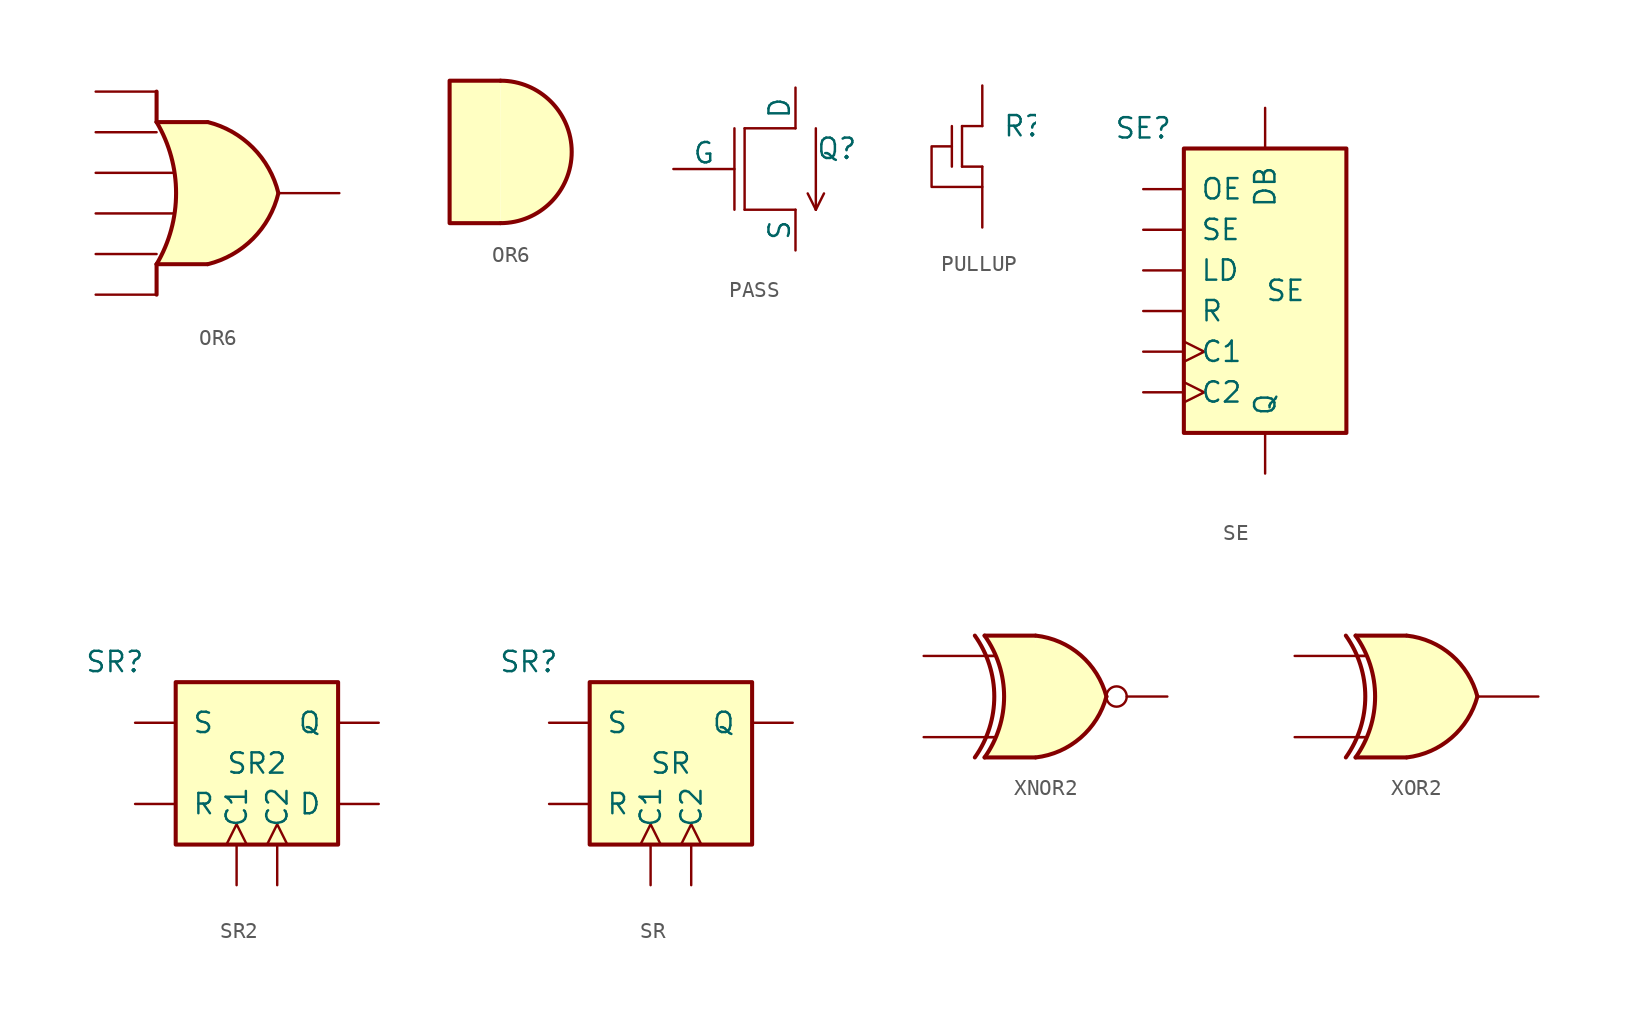
<source format=kicad_sym>
(kicad_symbol_lib
  (version 20211014)
  (generator kicad_symbol_editor)
  (symbol "OR6"
    (pin_numbers hide)
    (pin_names
      (offset 1.016))
    (property "Reference" "OR_"
      (at 0 0 0)
      (effects (font (size 1.27 1.27)) hide))
    (symbol "OR6_0_1"
      (polyline (pts (xy -3.81 -6.35) (xy -3.81 -4.445)) (stroke (width 0.254) (type default) (color 0 0 0 0)) (fill (type none)))
      (polyline (pts (xy -3.81 4.445) (xy -3.81 6.35)) (stroke (width 0.254) (type default) (color 0 0 0 0)) (fill (type none))))
    (symbol "OR6_1_1"
      (arc (start -3.81 -4.445) (mid -2.5908 0) (end -3.81 4.445) (stroke (width 0.254) (type default) (color 0 0 0 0)) (fill (type none)))
      (arc (start -0.6096 -4.445) (mid 2.224 -2.8428) (end 3.81 0) (stroke (width 0.254) (type default) (color 0 0 0 0)) (fill (type background)))
      (polyline (pts (xy -3.81 -4.445) (xy -0.635 -4.445)) (stroke (width 0.254) (type default) (color 0 0 0 0)) (fill (type background)))
      (polyline (pts (xy -3.81 4.445) (xy -0.635 4.445)) (stroke (width 0.254) (type default) (color 0 0 0 0)) (fill (type background)))
      (polyline (pts (xy -0.635 4.445) (xy -3.81 4.445) (xy -3.81 4.445) (xy -3.632 4.089) (xy -3.099 2.921) (xy -2.769 1.676) (xy -2.616 0.432) (xy -2.642 -0.864) (xy -2.87 -2.108) (xy -3.251 -3.327) (xy -3.81 -4.445) (xy -3.81 -4.445) (xy -0.635 -4.445)) (stroke (width -25.4) (type default) (color 0 0 0 0)) (fill (type background)))
      (arc (start 3.81 0) (mid 2.2198 2.8386) (end -0.6096 4.445) (stroke (width 0.254) (type default) (color 0 0 0 0)) (fill (type background)))
      (pin output line (at 7.62 0 180) (length 3.81) (name "~" (effects (font (size 1.27 1.27)))) (number "1" (effects (font (size 1.27 1.27)))))
      (pin input line (at -7.62 6.35 0) (length 3.81) (name "~" (effects (font (size 1.27 1.27)))) (number "2" (effects (font (size 1.27 1.27)))))
      (pin input line (at -7.62 3.81 0) (length 3.81) (name "~" (effects (font (size 1.27 1.27)))) (number "3" (effects (font (size 1.27 1.27)))))
      (pin input line (at -7.62 1.27 0) (length 4.826) (name "~" (effects (font (size 1.27 1.27)))) (number "4" (effects (font (size 1.27 1.27)))))
      (pin input line (at -7.62 -1.27 0) (length 4.826) (name "~" (effects (font (size 1.27 1.27)))) (number "5" (effects (font (size 1.27 1.27)))))
      (pin input line (at -7.62 -3.81 0) (length 3.81) (name "~" (effects (font (size 1.27 1.27)))) (number "6" (effects (font (size 1.27 1.27)))))
      (pin input line (at -7.62 -6.35 0) (length 3.81) (name "~" (effects (font (size 1.27 1.27)))) (number "7" (effects (font (size 1.27 1.27))))))
    (symbol "OR6_1_2"
      (arc (start -0.635 -4.445) (mid 3.81 0) (end -0.635 4.445) (stroke (width 0.254) (type default) (color 0 0 0 0)) (fill (type background)))
      (polyline (pts (xy -0.635 4.445) (xy -3.81 4.445) (xy -3.81 -4.445) (xy -0.635 -4.445)) (stroke (width 0.254) (type default) (color 0 0 0 0)) (fill (type background)))))
  (symbol "PASS"
    (pin_numbers hide)
    (pin_names
      (offset 0))
    (property "Reference" "Q"
      (at 3.81 1.27 0)
      (effects (font (size 1.27 1.27)) (justify left)))
    (symbol "PASS_0_1"
      (polyline (pts (xy -1.27 -2.54) (xy -1.27 2.54)) (stroke (width 0) (type default) (color 0 0 0 0)) (fill (type none)))
      (polyline (pts (xy -0.635 -2.54) (xy 2.54 -2.54)) (stroke (width 0) (type default) (color 0 0 0 0)) (fill (type none)))
      (polyline (pts (xy 2.54 2.54) (xy -0.635 2.54)) (stroke (width 0) (type default) (color 0 0 0 0)) (fill (type none)))
      (polyline (pts (xy 3.302 -1.524) (xy 3.81 -2.54)) (stroke (width 0) (type default) (color 0 0 0 0)) (fill (type none)))
      (polyline (pts (xy 3.81 2.54) (xy 3.81 -2.54)) (stroke (width 0) (type default) (color 0 0 0 0)) (fill (type none)))
      (polyline (pts (xy 4.318 -1.524) (xy 3.81 -2.54)) (stroke (width 0) (type default) (color 0 0 0 0)) (fill (type none))))
    (symbol "PASS_1_1"
      (polyline (pts (xy -0.635 -2.54) (xy -0.635 2.54)) (stroke (width 0) (type default) (color 0 0 0 0)) (fill (type none)))
      (pin input line (at 2.54 5.08 270) (length 2.54) (name "D" (effects (font (size 1.27 1.27)))) (number "1" (effects (font (size 1.27 1.27)))))
      (pin input line (at -5.08 0 0) (length 3.81) (name "G" (effects (font (size 1.27 1.27)))) (number "2" (effects (font (size 1.27 1.27)))))
      (pin output line (at 2.54 -5.08 90) (length 2.54) (name "S" (effects (font (size 1.27 1.27)))) (number "3" (effects (font (size 1.27 1.27)))))))
  (symbol "PULLUP"
    (pin_numbers hide)
    (pin_names
      (offset 0) hide)
    (property "Reference" "R"
      (at 3.81 1.27 0)
      (effects (font (size 1.27 1.27)) (justify left)))
    (symbol "PULLUP_0_1"
      (polyline (pts (xy 0.635 -1.27) (xy 0.635 1.27)) (stroke (width 0) (type default) (color 0 0 0 0)) (fill (type none)))
      (polyline (pts (xy 1.27 -1.27) (xy 2.54 -1.27)) (stroke (width 0) (type default) (color 0 0 0 0)) (fill (type none)))
      (polyline (pts (xy 2.54 1.27) (xy 1.27 1.27)) (stroke (width 0) (type default) (color 0 0 0 0)) (fill (type none)))
      (polyline (pts (xy 2.54 -1.27) (xy 2.54 -2.54) (xy -0.635 -2.54) (xy -0.635 0) (xy 0.635 0)) (stroke (width 0) (type default) (color 0 0 0 0)) (fill (type none))))
    (symbol "PULLUP_1_1"
      (polyline (pts (xy 1.27 -1.27) (xy 1.27 1.27)) (stroke (width 0) (type default) (color 0 0 0 0)) (fill (type none)))
      (pin input line (at 2.54 3.81 270) (length 2.54) (name "S" (effects (font (size 1.27 1.27)))) (number "1" (effects (font (size 1.27 1.27)))))
      (pin open_collector line (at 2.54 -5.08 90) (length 2.54) (name "D" (effects (font (size 1.27 1.27)))) (number "3" (effects (font (size 1.27 1.27)))))))
  (symbol "SE"
    (pin_numbers hide)
    (pin_names
      (offset 1.016))
    (property "Reference" "SE"
      (at -7.62 10.16 0)
      (effects (font (size 1.27 1.27))))
    (property "Value" "SE"
      (at 1.27 0 0)
      (effects (font (size 1.27 1.27))))
    (symbol "SE_1_1"
      (rectangle (start -5.08 8.89) (end 5.08 -8.89) (stroke (width 0.254) (type default) (color 0 0 0 0)) (fill (type background)))
      (pin output line (at 0 -11.43 90) (length 2.54) (name "Q" (effects (font (size 1.27 1.27)))) (number "1" (effects (font (size 1.27 1.27)))))
      (pin bidirectional line (at 0 11.43 270) (length 2.54) (name "DB" (effects (font (size 1.27 1.27)))) (number "2" (effects (font (size 1.27 1.27)))))
      (pin input line (at -7.62 6.35 0) (length 2.54) (name "OE" (effects (font (size 1.27 1.27)))) (number "3" (effects (font (size 1.27 1.27)))))
      (pin input line (at -7.62 3.81 0) (length 2.54) (name "SE" (effects (font (size 1.27 1.27)))) (number "4" (effects (font (size 1.27 1.27)))))
      (pin input line (at -7.62 1.27 0) (length 2.54) (name "LD" (effects (font (size 1.27 1.27)))) (number "5" (effects (font (size 1.27 1.27)))))
      (pin input line (at -7.62 -1.27 0) (length 2.54) (name "R" (effects (font (size 1.27 1.27)))) (number "6" (effects (font (size 1.27 1.27)))))
      (pin input clock (at -7.62 -3.81 0) (length 2.54) (name "C1" (effects (font (size 1.27 1.27)))) (number "7" (effects (font (size 1.27 1.27)))))
      (pin input clock (at -7.62 -6.35 0) (length 2.54) (name "C2" (effects (font (size 1.27 1.27)))) (number "8" (effects (font (size 1.27 1.27)))))))
  (symbol "SR2"
    (pin_numbers hide)
    (pin_names
      (offset 1.016))
    (property "Reference" "SR"
      (at -8.89 6.35 0)
      (effects (font (size 1.27 1.27))))
    (property "Value" "SR2"
      (at 0 0 0)
      (effects (font (size 1.27 1.27))))
    (symbol "SR2_1_1"
      (rectangle (start -5.08 5.08) (end 5.08 -5.08) (stroke (width 0.254) (type default) (color 0 0 0 0)) (fill (type background)))
      (pin output line (at 7.62 2.54 180) (length 2.54) (name "Q" (effects (font (size 1.27 1.27)))) (number "1" (effects (font (size 1.27 1.27)))))
      (pin output line (at 7.62 -2.54 180) (length 2.54) (name "D" (effects (font (size 1.27 1.27)))) (number "2" (effects (font (size 1.27 1.27)))))
      (pin input clock (at -1.27 -7.62 90) (length 2.54) (name "C1" (effects (font (size 1.27 1.27)))) (number "4" (effects (font (size 1.27 1.27)))))
      (pin input clock (at 1.27 -7.62 90) (length 2.54) (name "C2" (effects (font (size 1.27 1.27)))) (number "5" (effects (font (size 1.27 1.27)))))
      (pin input line (at -7.62 -2.54 0) (length 2.54) (name "R" (effects (font (size 1.27 1.27)))) (number "6" (effects (font (size 1.27 1.27)))))
      (pin input line (at -7.62 2.54 0) (length 2.54) (name "S" (effects (font (size 1.27 1.27)))) (number "7" (effects (font (size 1.27 1.27)))))))
  (symbol "SR"
    (pin_numbers hide)
    (pin_names
      (offset 1.016))
    (property "Reference" "SR"
      (at -8.89 6.35 0)
      (effects (font (size 1.27 1.27))))
    (property "Value" "SR"
      (at 0 0 0)
      (effects (font (size 1.27 1.27))))
    (symbol "SR_1_1"
      (rectangle (start -5.08 5.08) (end 5.08 -5.08) (stroke (width 0.254) (type default) (color 0 0 0 0)) (fill (type background)))
      (pin output line (at 7.62 2.54 180) (length 2.54) (name "Q" (effects (font (size 1.27 1.27)))) (number "1" (effects (font (size 1.27 1.27)))))
      (pin input clock (at -1.27 -7.62 90) (length 2.54) (name "C1" (effects (font (size 1.27 1.27)))) (number "4" (effects (font (size 1.27 1.27)))))
      (pin input clock (at 1.27 -7.62 90) (length 2.54) (name "C2" (effects (font (size 1.27 1.27)))) (number "5" (effects (font (size 1.27 1.27)))))
      (pin input line (at -7.62 -2.54 0) (length 2.54) (name "R" (effects (font (size 1.27 1.27)))) (number "6" (effects (font (size 1.27 1.27)))))
      (pin input line (at -7.62 2.54 0) (length 2.54) (name "S" (effects (font (size 1.27 1.27)))) (number "7" (effects (font (size 1.27 1.27)))))))
  (symbol "XNOR2"
    (pin_numbers hide)
    (pin_names
      (offset 1.016))
    (property "Reference" "XNOR_"
      (at 0 0 0)
      (effects (font (size 1.27 1.27)) hide))
    (symbol "XNOR2_1_0"
      (arc (start -4.4196 -3.81) (mid -3.2033 0) (end -4.4196 3.81) (stroke (width 0.254) (type default) (color 0 0 0 0)) (fill (type none)))
      (arc (start -3.81 -3.81) (mid -2.589 0) (end -3.81 3.81) (stroke (width 0.254) (type default) (color 0 0 0 0)) (fill (type none)))
      (arc (start -0.6096 -3.81) (mid 2.1855 -2.584) (end 3.81 0) (stroke (width 0.254) (type default) (color 0 0 0 0)) (fill (type background)))
      (polyline (pts (xy -3.81 -3.81) (xy -0.635 -3.81)) (stroke (width 0.254) (type default) (color 0 0 0 0)) (fill (type background)))
      (polyline (pts (xy -3.81 3.81) (xy -0.635 3.81)) (stroke (width 0.254) (type default) (color 0 0 0 0)) (fill (type background)))
      (polyline (pts (xy -0.635 3.81) (xy -3.81 3.81) (xy -3.81 3.81) (xy -3.556 3.404) (xy -3.023 2.261) (xy -2.692 1.041) (xy -2.616 -0.254) (xy -2.769 -1.499) (xy -3.175 -2.718) (xy -3.81 -3.81) (xy -3.81 -3.81) (xy -0.635 -3.81)) (stroke (width -25.4) (type default) (color 0 0 0 0)) (fill (type background)))
      (arc (start 3.81 0) (mid 2.1928 2.5925) (end -0.6096 3.81) (stroke (width 0.254) (type default) (color 0 0 0 0)) (fill (type background)))
      (pin output inverted (at 7.62 0 180) (length 3.81) (name "~" (effects (font (size 1.27 1.27)))) (number "1" (effects (font (size 1.27 1.27)))))
      (pin input line (at -7.62 2.54 0) (length 4.445) (name "~" (effects (font (size 1.27 1.27)))) (number "2" (effects (font (size 1.27 1.27)))))
      (pin input line (at -7.62 -2.54 0) (length 4.445) (name "~" (effects (font (size 1.27 1.27)))) (number "3" (effects (font (size 1.27 1.27))))))
    (symbol "XNOR2_1_1"
      (polyline (pts (xy -3.81 -2.54) (xy -3.175 -2.54)) (stroke (width 0.152) (type default) (color 0 0 0 0)) (fill (type none)))
      (polyline (pts (xy -3.81 2.54) (xy -3.175 2.54)) (stroke (width 0.152) (type default) (color 0 0 0 0)) (fill (type none)))))
  (symbol "XOR2"
    (pin_numbers hide)
    (pin_names
      (offset 1.016))
    (property "Reference" "XOR_"
      (at 0 0 0)
      (effects (font (size 1.27 1.27)) hide))
    (symbol "XOR2_1_0"
      (arc (start -4.4196 -3.81) (mid -3.2033 0) (end -4.4196 3.81) (stroke (width 0.254) (type default) (color 0 0 0 0)) (fill (type none)))
      (arc (start -3.81 -3.81) (mid -2.589 0) (end -3.81 3.81) (stroke (width 0.254) (type default) (color 0 0 0 0)) (fill (type none)))
      (arc (start -0.6096 -3.81) (mid 2.1855 -2.584) (end 3.81 0) (stroke (width 0.254) (type default) (color 0 0 0 0)) (fill (type background)))
      (polyline (pts (xy -3.81 -3.81) (xy -0.635 -3.81)) (stroke (width 0.254) (type default) (color 0 0 0 0)) (fill (type background)))
      (polyline (pts (xy -3.81 3.81) (xy -0.635 3.81)) (stroke (width 0.254) (type default) (color 0 0 0 0)) (fill (type background)))
      (polyline (pts (xy -0.635 3.81) (xy -3.81 3.81) (xy -3.81 3.81) (xy -3.556 3.404) (xy -3.023 2.261) (xy -2.692 1.041) (xy -2.616 -0.254) (xy -2.769 -1.499) (xy -3.175 -2.718) (xy -3.81 -3.81) (xy -3.81 -3.81) (xy -0.635 -3.81)) (stroke (width -25.4) (type default) (color 0 0 0 0)) (fill (type background)))
      (arc (start 3.81 0) (mid 2.1928 2.5925) (end -0.6096 3.81) (stroke (width 0.254) (type default) (color 0 0 0 0)) (fill (type background)))
      (pin output line (at 7.62 0 180) (length 3.81) (name "~" (effects (font (size 1.27 1.27)))) (number "1" (effects (font (size 1.27 1.27)))))
      (pin input line (at -7.62 2.54 0) (length 4.445) (name "~" (effects (font (size 1.27 1.27)))) (number "2" (effects (font (size 1.27 1.27)))))
      (pin input line (at -7.62 -2.54 0) (length 4.445) (name "~" (effects (font (size 1.27 1.27)))) (number "3" (effects (font (size 1.27 1.27))))))
    (symbol "XOR2_1_1"
      (polyline (pts (xy -3.81 -2.54) (xy -3.175 -2.54)) (stroke (width 0.152) (type default) (color 0 0 0 0)) (fill (type none)))
      (polyline (pts (xy -3.81 2.54) (xy -3.175 2.54)) (stroke (width 0.152) (type default) (color 0 0 0 0)) (fill (type none))))))
</source>
